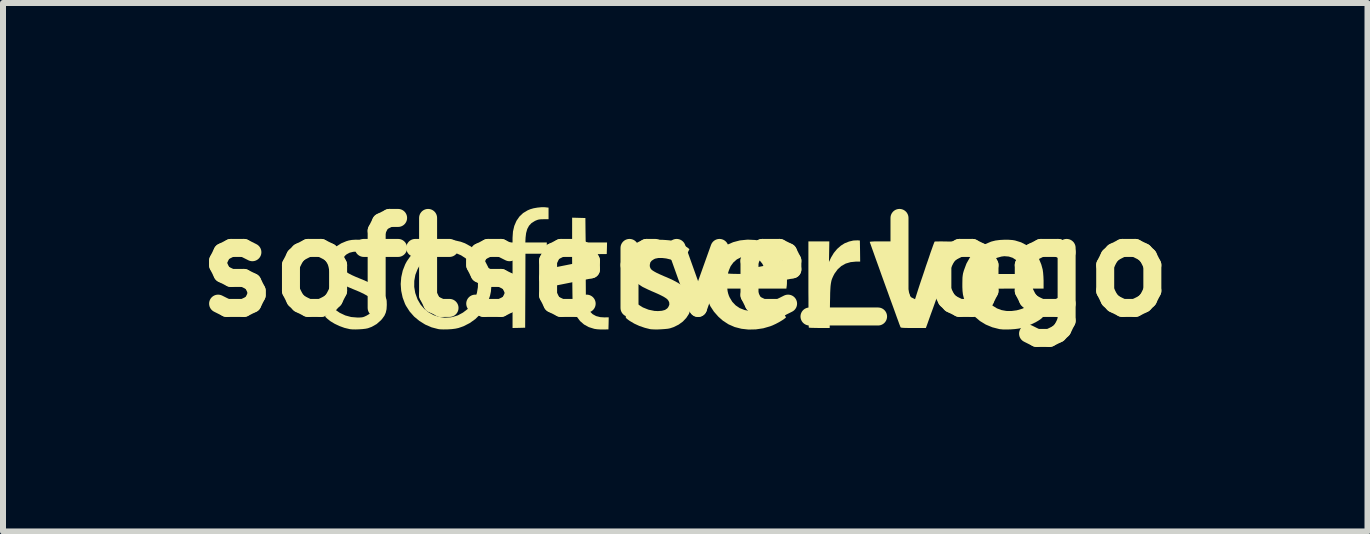
<source format=kicad_pcb>
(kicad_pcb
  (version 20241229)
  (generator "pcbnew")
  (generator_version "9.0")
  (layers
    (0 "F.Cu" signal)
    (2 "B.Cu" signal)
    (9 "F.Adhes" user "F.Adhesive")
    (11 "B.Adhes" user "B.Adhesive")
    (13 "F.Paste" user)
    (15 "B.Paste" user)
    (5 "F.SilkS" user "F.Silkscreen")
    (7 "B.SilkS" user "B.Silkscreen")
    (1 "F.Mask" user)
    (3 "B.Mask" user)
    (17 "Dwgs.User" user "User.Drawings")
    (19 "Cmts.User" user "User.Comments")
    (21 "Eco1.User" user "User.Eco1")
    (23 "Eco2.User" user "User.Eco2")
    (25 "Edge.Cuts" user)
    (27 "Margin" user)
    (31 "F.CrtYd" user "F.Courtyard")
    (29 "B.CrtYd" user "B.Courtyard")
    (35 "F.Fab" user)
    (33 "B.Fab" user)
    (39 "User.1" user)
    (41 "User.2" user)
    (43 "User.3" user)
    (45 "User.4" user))
  (footprint "softserve_logo"
    (layer "F.Cu")
    (at 8.371 1.404)
    (property "Reference" "softserve_logo" (at 0 0 0) (layer "F.SilkS") (effects (font (size 1.5 1.5) (thickness 0.3))))
    (attr board_only exclude_from_pos_files exclude_from_bom)
    (fp_poly (pts (xy -2.344 -1) (xy -2.331 -0.999) (xy -2.278 -0.993) (xy -2.278 -0.896) (xy -2.278 -0.8) (xy -2.362 -0.8) (xy -2.405 -0.799) (xy -2.437 -0.796) (xy -2.463 -0.789) (xy -2.493 -0.777) (xy -2.508 -0.77) (xy -2.562 -0.736) (xy -2.603 -0.692) (xy -2.633 -0.637) (xy -2.652 -0.569) (xy -2.661 -0.495) (xy -2.665 -0.413) (xy -2.486 -0.413) (xy -2.307 -0.413) (xy -2.307 -0.319) (xy -2.307 -0.225) (xy -2.485 -0.225) (xy -2.663 -0.225) (xy -2.665 0.391) (xy -2.668 1.008) (xy -2.773 1.011) (xy -2.878 1.013) (xy -2.878 0.394) (xy -2.878 -0.225) (xy -2.977 -0.225) (xy -3.075 -0.225) (xy -3.075 -0.319) (xy -3.075 -0.413) (xy -2.977 -0.413) (xy -2.878 -0.413) (xy -2.878 -0.49) (xy -2.871 -0.595) (xy -2.849 -0.689) (xy -2.813 -0.773) (xy -2.764 -0.844) (xy -2.702 -0.903) (xy -2.627 -0.948) (xy -2.582 -0.967) (xy -2.526 -0.983) (xy -2.462 -0.994) (xy -2.399 -1)) (stroke (width 0) (type solid)) (fill yes) (layer "F.SilkS"))
    (fp_poly (pts (xy -1.774 -0.823) (xy -1.664 -0.82) (xy -1.662 -0.616) (xy -1.659 -0.413) (xy -1.481 -0.413) (xy -1.303 -0.413) (xy -1.305 -0.316) (xy -1.308 -0.22) (xy -1.484 -0.218) (xy -1.66 -0.215) (xy -1.658 0.199) (xy -1.655 0.614) (xy -1.628 0.673) (xy -1.591 0.735) (xy -1.544 0.782) (xy -1.486 0.814) (xy -1.416 0.832) (xy -1.349 0.836) (xy -1.275 0.835) (xy -1.277 0.936) (xy -1.28 1.036) (xy -1.369 1.038) (xy -1.418 1.037) (xy -1.468 1.034) (xy -1.51 1.028) (xy -1.519 1.026) (xy -1.608 0.998) (xy -1.686 0.955) (xy -1.753 0.897) (xy -1.807 0.824) (xy -1.85 0.738) (xy -1.862 0.703) (xy -1.866 0.689) (xy -1.87 0.673) (xy -1.872 0.653) (xy -1.875 0.627) (xy -1.876 0.594) (xy -1.878 0.552) (xy -1.879 0.498) (xy -1.88 0.431) (xy -1.881 0.35) (xy -1.882 0.253) (xy -1.882 0.218) (xy -1.886 -0.216) (xy -1.979 -0.216) (xy -2.072 -0.216) (xy -2.072 -0.314) (xy -2.072 -0.413) (xy -1.978 -0.413) (xy -1.885 -0.413) (xy -1.885 -0.619) (xy -1.885 -0.826)) (stroke (width 0) (type solid)) (fill yes) (layer "F.SilkS"))
    (fp_poly (pts (xy 2.872 -0.448) (xy 2.911 -0.445) (xy 2.914 -0.27) (xy 2.916 -0.094) (xy 2.848 -0.094) (xy 2.757 -0.085) (xy 2.675 -0.061) (xy 2.602 -0.02) (xy 2.54 0.036) (xy 2.489 0.106) (xy 2.476 0.13) (xy 2.462 0.159) (xy 2.45 0.186) (xy 2.44 0.213) (xy 2.433 0.243) (xy 2.427 0.277) (xy 2.422 0.317) (xy 2.419 0.366) (xy 2.416 0.426) (xy 2.415 0.499) (xy 2.413 0.587) (xy 2.412 0.659) (xy 2.408 1.013) (xy 2.237 1.013) (xy 2.182 1.012) (xy 2.134 1.011) (xy 2.095 1.01) (xy 2.069 1.008) (xy 2.06 1.006) (xy 2.059 0.996) (xy 2.058 0.969) (xy 2.057 0.925) (xy 2.056 0.868) (xy 2.055 0.797) (xy 2.055 0.715) (xy 2.054 0.623) (xy 2.054 0.522) (xy 2.053 0.414) (xy 2.053 0.301) (xy 2.053 0.284) (xy 2.053 -0.431) (xy 2.228 -0.431) (xy 2.402 -0.431) (xy 2.399 -0.26) (xy 2.396 -0.088) (xy 2.431 -0.162) (xy 2.476 -0.237) (xy 2.531 -0.304) (xy 2.595 -0.36) (xy 2.657 -0.399) (xy 2.73 -0.428) (xy 2.802 -0.445) (xy 2.869 -0.448)) (stroke (width 0) (type solid)) (fill yes) (layer "F.SilkS"))
    (fp_poly (pts (xy 3.613 0.063) (xy 3.644 0.157) (xy 3.673 0.245) (xy 3.7 0.328) (xy 3.725 0.403) (xy 3.745 0.467) (xy 3.762 0.521) (xy 3.775 0.561) (xy 3.782 0.586) (xy 3.784 0.593) (xy 3.791 0.621) (xy 3.798 0.632) (xy 3.805 0.624) (xy 3.811 0.602) (xy 3.816 0.584) (xy 3.825 0.55) (xy 3.84 0.504) (xy 3.858 0.447) (xy 3.879 0.381) (xy 3.903 0.307) (xy 3.929 0.229) (xy 3.957 0.147) (xy 3.985 0.064) (xy 4.012 -0.019) (xy 4.04 -0.099) (xy 4.066 -0.175) (xy 4.089 -0.244) (xy 4.111 -0.305) (xy 4.129 -0.356) (xy 4.143 -0.394) (xy 4.153 -0.419) (xy 4.157 -0.427) (xy 4.17 -0.429) (xy 4.198 -0.429) (xy 4.238 -0.43) (xy 4.288 -0.43) (xy 4.345 -0.429) (xy 4.348 -0.429) (xy 4.527 -0.427) (xy 4.294 0.225) (xy 4.255 0.333) (xy 4.218 0.437) (xy 4.183 0.535) (xy 4.15 0.627) (xy 4.12 0.711) (xy 4.093 0.784) (xy 4.071 0.846) (xy 4.054 0.894) (xy 4.042 0.928) (xy 4.036 0.945) (xy 4.011 1.013) (xy 3.802 1.013) (xy 3.734 1.013) (xy 3.682 1.012) (xy 3.644 1.011) (xy 3.618 1.009) (xy 3.602 1.007) (xy 3.592 1.003) (xy 3.588 0.999) (xy 3.587 0.996) (xy 3.58 0.977) (xy 3.567 0.944) (xy 3.55 0.896) (xy 3.528 0.837) (xy 3.503 0.767) (xy 3.475 0.689) (xy 3.444 0.604) (xy 3.411 0.514) (xy 3.377 0.419) (xy 3.342 0.323) (xy 3.307 0.226) (xy 3.272 0.129) (xy 3.239 0.036) (xy 3.207 -0.053) (xy 3.177 -0.136) (xy 3.15 -0.212) (xy 3.126 -0.279) (xy 3.106 -0.335) (xy 3.091 -0.378) (xy 3.08 -0.408) (xy 3.076 -0.422) (xy 3.075 -0.423) (xy 3.084 -0.425) (xy 3.11 -0.428) (xy 3.15 -0.43) (xy 3.202 -0.431) (xy 3.262 -0.431) (xy 3.449 -0.431)) (stroke (width 0) (type solid)) (fill yes) (layer "F.SilkS"))
    (fp_poly (pts (xy -3.847 -0.449) (xy -3.742 -0.425) (xy -3.671 -0.399) (xy -3.572 -0.345) (xy -3.482 -0.276) (xy -3.402 -0.194) (xy -3.336 -0.102) (xy -3.284 -0.000438) (xy -3.252 0.091) (xy -3.239 0.161) (xy -3.232 0.242) (xy -3.232 0.326) (xy -3.239 0.406) (xy -3.253 0.473) (xy -3.292 0.587) (xy -3.347 0.69) (xy -3.416 0.783) (xy -3.498 0.864) (xy -3.592 0.931) (xy -3.696 0.984) (xy -3.779 1.013) (xy -3.83 1.024) (xy -3.893 1.032) (xy -3.961 1.036) (xy -4.028 1.037) (xy -4.087 1.035) (xy -4.116 1.031) (xy -4.227 1.002) (xy -4.333 0.956) (xy -4.43 0.896) (xy -4.518 0.823) (xy -4.593 0.738) (xy -4.654 0.643) (xy -4.67 0.612) (xy -4.71 0.505) (xy -4.734 0.394) (xy -4.739 0.328) (xy -4.517 0.328) (xy -4.5 0.429) (xy -4.465 0.527) (xy -4.46 0.539) (xy -4.41 0.624) (xy -4.347 0.696) (xy -4.273 0.755) (xy -4.192 0.799) (xy -4.103 0.828) (xy -4.01 0.841) (xy -3.914 0.836) (xy -3.879 0.83) (xy -3.789 0.802) (xy -3.704 0.756) (xy -3.627 0.697) (xy -3.562 0.625) (xy -3.542 0.596) (xy -3.501 0.517) (xy -3.472 0.429) (xy -3.456 0.335) (xy -3.454 0.243) (xy -3.463 0.169) (xy -3.492 0.073) (xy -3.536 -0.012) (xy -3.592 -0.086) (xy -3.659 -0.148) (xy -3.735 -0.198) (xy -3.819 -0.234) (xy -3.907 -0.255) (xy -3.999 -0.261) (xy -4.093 -0.251) (xy -4.187 -0.223) (xy -4.229 -0.205) (xy -4.283 -0.171) (xy -4.339 -0.125) (xy -4.392 -0.07) (xy -4.436 -0.013) (xy -4.461 0.032) (xy -4.498 0.127) (xy -4.516 0.227) (xy -4.517 0.328) (xy -4.739 0.328) (xy -4.742 0.28) (xy -4.733 0.166) (xy -4.708 0.055) (xy -4.667 -0.049) (xy -4.64 -0.099) (xy -4.587 -0.175) (xy -4.52 -0.247) (xy -4.443 -0.312) (xy -4.36 -0.367) (xy -4.28 -0.407) (xy -4.179 -0.438) (xy -4.07 -0.456) (xy -3.958 -0.46)) (stroke (width 0) (type solid)) (fill yes) (layer "F.SilkS"))
    (fp_poly (pts (xy 1.167 -0.454) (xy 1.26 -0.436) (xy 1.343 -0.406) (xy 1.419 -0.361) (xy 1.491 -0.302) (xy 1.506 -0.287) (xy 1.566 -0.219) (xy 1.612 -0.148) (xy 1.647 -0.068) (xy 1.669 0.005) (xy 1.682 0.069) (xy 1.692 0.141) (xy 1.696 0.212) (xy 1.695 0.276) (xy 1.693 0.303) (xy 1.686 0.356) (xy 1.194 0.356) (xy 0.701 0.356) (xy 0.707 0.401) (xy 0.714 0.433) (xy 0.727 0.473) (xy 0.74 0.503) (xy 0.784 0.576) (xy 0.841 0.636) (xy 0.909 0.682) (xy 0.988 0.713) (xy 1.076 0.729) (xy 1.124 0.731) (xy 1.231 0.722) (xy 1.333 0.695) (xy 1.432 0.651) (xy 1.49 0.615) (xy 1.519 0.596) (xy 1.537 0.589) (xy 1.547 0.591) (xy 1.549 0.593) (xy 1.556 0.605) (xy 1.57 0.631) (xy 1.589 0.666) (xy 1.611 0.708) (xy 1.619 0.721) (xy 1.68 0.837) (xy 1.658 0.855) (xy 1.618 0.883) (xy 1.567 0.914) (xy 1.51 0.944) (xy 1.454 0.97) (xy 1.418 0.984) (xy 1.301 1.018) (xy 1.178 1.036) (xy 1.055 1.039) (xy 0.938 1.026) (xy 0.825 0.997) (xy 0.722 0.952) (xy 0.628 0.891) (xy 0.553 0.825) (xy 0.478 0.74) (xy 0.419 0.65) (xy 0.377 0.555) (xy 0.35 0.452) (xy 0.337 0.338) (xy 0.336 0.286) (xy 0.343 0.166) (xy 0.355 0.105) (xy 0.713 0.105) (xy 0.722 0.106) (xy 0.747 0.108) (xy 0.787 0.11) (xy 0.839 0.111) (xy 0.902 0.112) (xy 0.972 0.112) (xy 1.023 0.113) (xy 1.334 0.113) (xy 1.329 0.062) (xy 1.314 0.001) (xy 1.286 -0.057) (xy 1.246 -0.107) (xy 1.198 -0.147) (xy 1.146 -0.17) (xy 1.1 -0.178) (xy 1.045 -0.181) (xy 0.99 -0.178) (xy 0.943 -0.169) (xy 0.93 -0.165) (xy 0.861 -0.131) (xy 0.804 -0.081) (xy 0.758 -0.019) (xy 0.731 0.044) (xy 0.721 0.073) (xy 0.714 0.096) (xy 0.713 0.105) (xy 0.355 0.105) (xy 0.364 0.057) (xy 0.4 -0.045) (xy 0.451 -0.14) (xy 0.459 -0.153) (xy 0.528 -0.241) (xy 0.609 -0.315) (xy 0.7 -0.375) (xy 0.801 -0.418) (xy 0.912 -0.447) (xy 1.03 -0.459) (xy 1.061 -0.459)) (stroke (width 0) (type solid)) (fill yes) (layer "F.SilkS"))
    (fp_poly (pts (xy -5.425 -0.458) (xy -5.355 -0.454) (xy -5.292 -0.446) (xy -5.239 -0.434) (xy -5.232 -0.432) (xy -5.167 -0.406) (xy -5.109 -0.377) (xy -5.061 -0.346) (xy -5.036 -0.325) (xy -5.007 -0.295) (xy -5.056 -0.214) (xy -5.104 -0.132) (xy -5.147 -0.163) (xy -5.226 -0.212) (xy -5.31 -0.244) (xy -5.4 -0.26) (xy -5.458 -0.262) (xy -5.533 -0.257) (xy -5.594 -0.242) (xy -5.644 -0.215) (xy -5.669 -0.193) (xy -5.706 -0.146) (xy -5.725 -0.094) (xy -5.725 -0.041) (xy -5.711 0.006) (xy -5.696 0.033) (xy -5.675 0.057) (xy -5.647 0.08) (xy -5.609 0.104) (xy -5.559 0.13) (xy -5.495 0.159) (xy -5.415 0.192) (xy -5.414 0.192) (xy -5.317 0.233) (xy -5.236 0.271) (xy -5.17 0.307) (xy -5.117 0.343) (xy -5.074 0.38) (xy -5.04 0.419) (xy -5.012 0.462) (xy -5.005 0.476) (xy -4.99 0.508) (xy -4.981 0.533) (xy -4.976 0.56) (xy -4.975 0.594) (xy -4.974 0.628) (xy -4.978 0.699) (xy -4.991 0.757) (xy -5.014 0.809) (xy -5.051 0.86) (xy -5.073 0.885) (xy -5.143 0.947) (xy -5.224 0.993) (xy -5.288 1.017) (xy -5.327 1.025) (xy -5.378 1.031) (xy -5.436 1.035) (xy -5.495 1.037) (xy -5.548 1.036) (xy -5.591 1.032) (xy -5.594 1.031) (xy -5.679 1.011) (xy -5.764 0.98) (xy -5.844 0.942) (xy -5.915 0.899) (xy -5.966 0.858) (xy -6.002 0.824) (xy -5.98 0.794) (xy -5.962 0.77) (xy -5.938 0.739) (xy -5.921 0.716) (xy -5.885 0.667) (xy -5.847 0.698) (xy -5.758 0.76) (xy -5.665 0.804) (xy -5.568 0.83) (xy -5.471 0.838) (xy -5.426 0.838) (xy -5.395 0.836) (xy -5.37 0.832) (xy -5.345 0.823) (xy -5.314 0.808) (xy -5.313 0.808) (xy -5.26 0.776) (xy -5.224 0.738) (xy -5.203 0.693) (xy -5.197 0.657) (xy -5.196 0.615) (xy -5.205 0.578) (xy -5.223 0.543) (xy -5.253 0.51) (xy -5.296 0.478) (xy -5.354 0.446) (xy -5.426 0.411) (xy -5.515 0.374) (xy -5.622 0.329) (xy -5.711 0.284) (xy -5.784 0.238) (xy -5.842 0.19) (xy -5.887 0.139) (xy -5.919 0.085) (xy -5.939 0.026) (xy -5.944 -0.000105) (xy -5.95 -0.082) (xy -5.938 -0.16) (xy -5.909 -0.231) (xy -5.865 -0.296) (xy -5.806 -0.352) (xy -5.734 -0.398) (xy -5.648 -0.434) (xy -5.607 -0.446) (xy -5.557 -0.455) (xy -5.494 -0.459)) (stroke (width 0) (type solid)) (fill yes) (layer "F.SilkS"))
    (fp_poly (pts (xy 5.388 -0.458) (xy 5.456 -0.453) (xy 5.497 -0.446) (xy 5.598 -0.415) (xy 5.689 -0.368) (xy 5.77 -0.306) (xy 5.838 -0.231) (xy 5.894 -0.144) (xy 5.935 -0.045) (xy 5.958 0.039) (xy 5.965 0.09) (xy 5.97 0.153) (xy 5.973 0.222) (xy 5.973 0.234) (xy 5.973 0.356) (xy 5.476 0.356) (xy 5.381 0.356) (xy 5.292 0.357) (xy 5.211 0.357) (xy 5.14 0.358) (xy 5.079 0.359) (xy 5.031 0.36) (xy 4.998 0.362) (xy 4.981 0.363) (xy 4.979 0.364) (xy 4.982 0.385) (xy 4.991 0.418) (xy 5.003 0.456) (xy 5.017 0.494) (xy 5.03 0.524) (xy 5.031 0.526) (xy 5.074 0.592) (xy 5.13 0.645) (xy 5.196 0.686) (xy 5.27 0.714) (xy 5.352 0.729) (xy 5.438 0.73) (xy 5.527 0.718) (xy 5.617 0.692) (xy 5.706 0.652) (xy 5.776 0.611) (xy 5.8 0.594) (xy 5.814 0.588) (xy 5.823 0.59) (xy 5.832 0.601) (xy 5.842 0.616) (xy 5.858 0.644) (xy 5.878 0.681) (xy 5.9 0.723) (xy 5.902 0.727) (xy 5.959 0.835) (xy 5.926 0.863) (xy 5.895 0.885) (xy 5.851 0.911) (xy 5.798 0.938) (xy 5.741 0.964) (xy 5.684 0.987) (xy 5.633 1.006) (xy 5.607 1.013) (xy 5.556 1.023) (xy 5.493 1.031) (xy 5.425 1.036) (xy 5.357 1.038) (xy 5.294 1.037) (xy 5.243 1.032) (xy 5.236 1.031) (xy 5.118 1.001) (xy 5.01 0.956) (xy 4.913 0.897) (xy 4.827 0.824) (xy 4.754 0.738) (xy 4.695 0.64) (xy 4.688 0.624) (xy 4.661 0.563) (xy 4.642 0.508) (xy 4.629 0.455) (xy 4.622 0.397) (xy 4.619 0.329) (xy 4.619 0.277) (xy 4.62 0.218) (xy 4.621 0.174) (xy 4.625 0.138) (xy 4.629 0.113) (xy 4.989 0.113) (xy 5.303 0.113) (xy 5.617 0.113) (xy 5.611 0.068) (xy 5.592 -0.007) (xy 5.559 -0.07) (xy 5.514 -0.12) (xy 5.458 -0.157) (xy 5.393 -0.178) (xy 5.319 -0.184) (xy 5.271 -0.178) (xy 5.193 -0.156) (xy 5.127 -0.119) (xy 5.072 -0.068) (xy 5.029 -0.003) (xy 5.004 0.063) (xy 4.989 0.113) (xy 4.629 0.113) (xy 4.63 0.106) (xy 4.639 0.073) (xy 4.645 0.053) (xy 4.687 -0.06) (xy 4.743 -0.16) (xy 4.812 -0.247) (xy 4.894 -0.32) (xy 4.989 -0.38) (xy 5.097 -0.426) (xy 5.115 -0.431) (xy 5.171 -0.445) (xy 5.24 -0.454) (xy 5.314 -0.458)) (stroke (width 0) (type solid)) (fill yes) (layer "F.SilkS"))
    (fp_poly (pts (xy -0.396 -0.457) (xy -0.38 -0.457) (xy -0.318 -0.453) (xy -0.261 -0.448) (xy -0.216 -0.441) (xy -0.192 -0.436) (xy -0.15 -0.422) (xy -0.101 -0.402) (xy -0.051 -0.379) (xy -0.006 -0.355) (xy 0.03 -0.333) (xy 0.042 -0.324) (xy 0.07 -0.301) (xy 0.005 -0.169) (xy -0.018 -0.124) (xy -0.037 -0.086) (xy -0.052 -0.057) (xy -0.061 -0.04) (xy -0.063 -0.038) (xy -0.071 -0.042) (xy -0.091 -0.054) (xy -0.116 -0.07) (xy -0.178 -0.103) (xy -0.246 -0.129) (xy -0.316 -0.146) (xy -0.384 -0.154) (xy -0.447 -0.154) (xy -0.501 -0.143) (xy -0.522 -0.133) (xy -0.56 -0.108) (xy -0.582 -0.079) (xy -0.59 -0.042) (xy -0.591 -0.032) (xy -0.589 -0.009) (xy -0.582 0.012) (xy -0.57 0.032) (xy -0.549 0.051) (xy -0.518 0.071) (xy -0.476 0.094) (xy -0.42 0.12) (xy -0.35 0.151) (xy -0.306 0.169) (xy -0.205 0.215) (xy -0.121 0.26) (xy -0.053 0.306) (xy 0.001 0.355) (xy 0.042 0.407) (xy 0.072 0.465) (xy 0.091 0.529) (xy 0.095 0.547) (xy 0.101 0.628) (xy 0.089 0.705) (xy 0.061 0.779) (xy 0.017 0.846) (xy -0.04 0.906) (xy -0.11 0.957) (xy -0.193 0.998) (xy -0.253 1.018) (xy -0.288 1.025) (xy -0.337 1.03) (xy -0.393 1.034) (xy -0.452 1.037) (xy -0.508 1.037) (xy -0.556 1.035) (xy -0.585 1.032) (xy -0.673 1.01) (xy -0.764 0.979) (xy -0.849 0.94) (xy -0.923 0.896) (xy -0.939 0.885) (xy -0.964 0.866) (xy -0.982 0.851) (xy -0.991 0.837) (xy -0.991 0.82) (xy -0.983 0.799) (xy -0.965 0.768) (xy -0.938 0.726) (xy -0.923 0.704) (xy -0.842 0.581) (xy -0.798 0.613) (xy -0.706 0.67) (xy -0.611 0.708) (xy -0.514 0.728) (xy -0.455 0.731) (xy -0.389 0.726) (xy -0.337 0.712) (xy -0.3 0.687) (xy -0.282 0.664) (xy -0.265 0.626) (xy -0.266 0.59) (xy -0.277 0.563) (xy -0.291 0.542) (xy -0.314 0.521) (xy -0.348 0.499) (xy -0.394 0.474) (xy -0.454 0.445) (xy -0.513 0.419) (xy -0.567 0.396) (xy -0.62 0.372) (xy -0.667 0.349) (xy -0.704 0.331) (xy -0.717 0.324) (xy -0.788 0.277) (xy -0.85 0.221) (xy -0.899 0.161) (xy -0.921 0.124) (xy -0.935 0.095) (xy -0.943 0.071) (xy -0.949 0.047) (xy -0.951 0.017) (xy -0.952 -0.025) (xy -0.952 -0.042) (xy -0.951 -0.089) (xy -0.95 -0.122) (xy -0.946 -0.148) (xy -0.938 -0.171) (xy -0.926 -0.197) (xy -0.921 -0.208) (xy -0.876 -0.278) (xy -0.816 -0.337) (xy -0.741 -0.386) (xy -0.65 -0.424) (xy -0.591 -0.442) (xy -0.556 -0.45) (xy -0.523 -0.455) (xy -0.489 -0.458) (xy -0.449 -0.459)) (stroke (width 0) (type solid)) (fill yes) (layer "F.SilkS")))
  (gr_rect
    (start -3 -3)
    (end 19.743 5.808)
    (stroke (width 0.1) (type default))
    (fill no)
    (layer "Edge.Cuts")))
</source>
